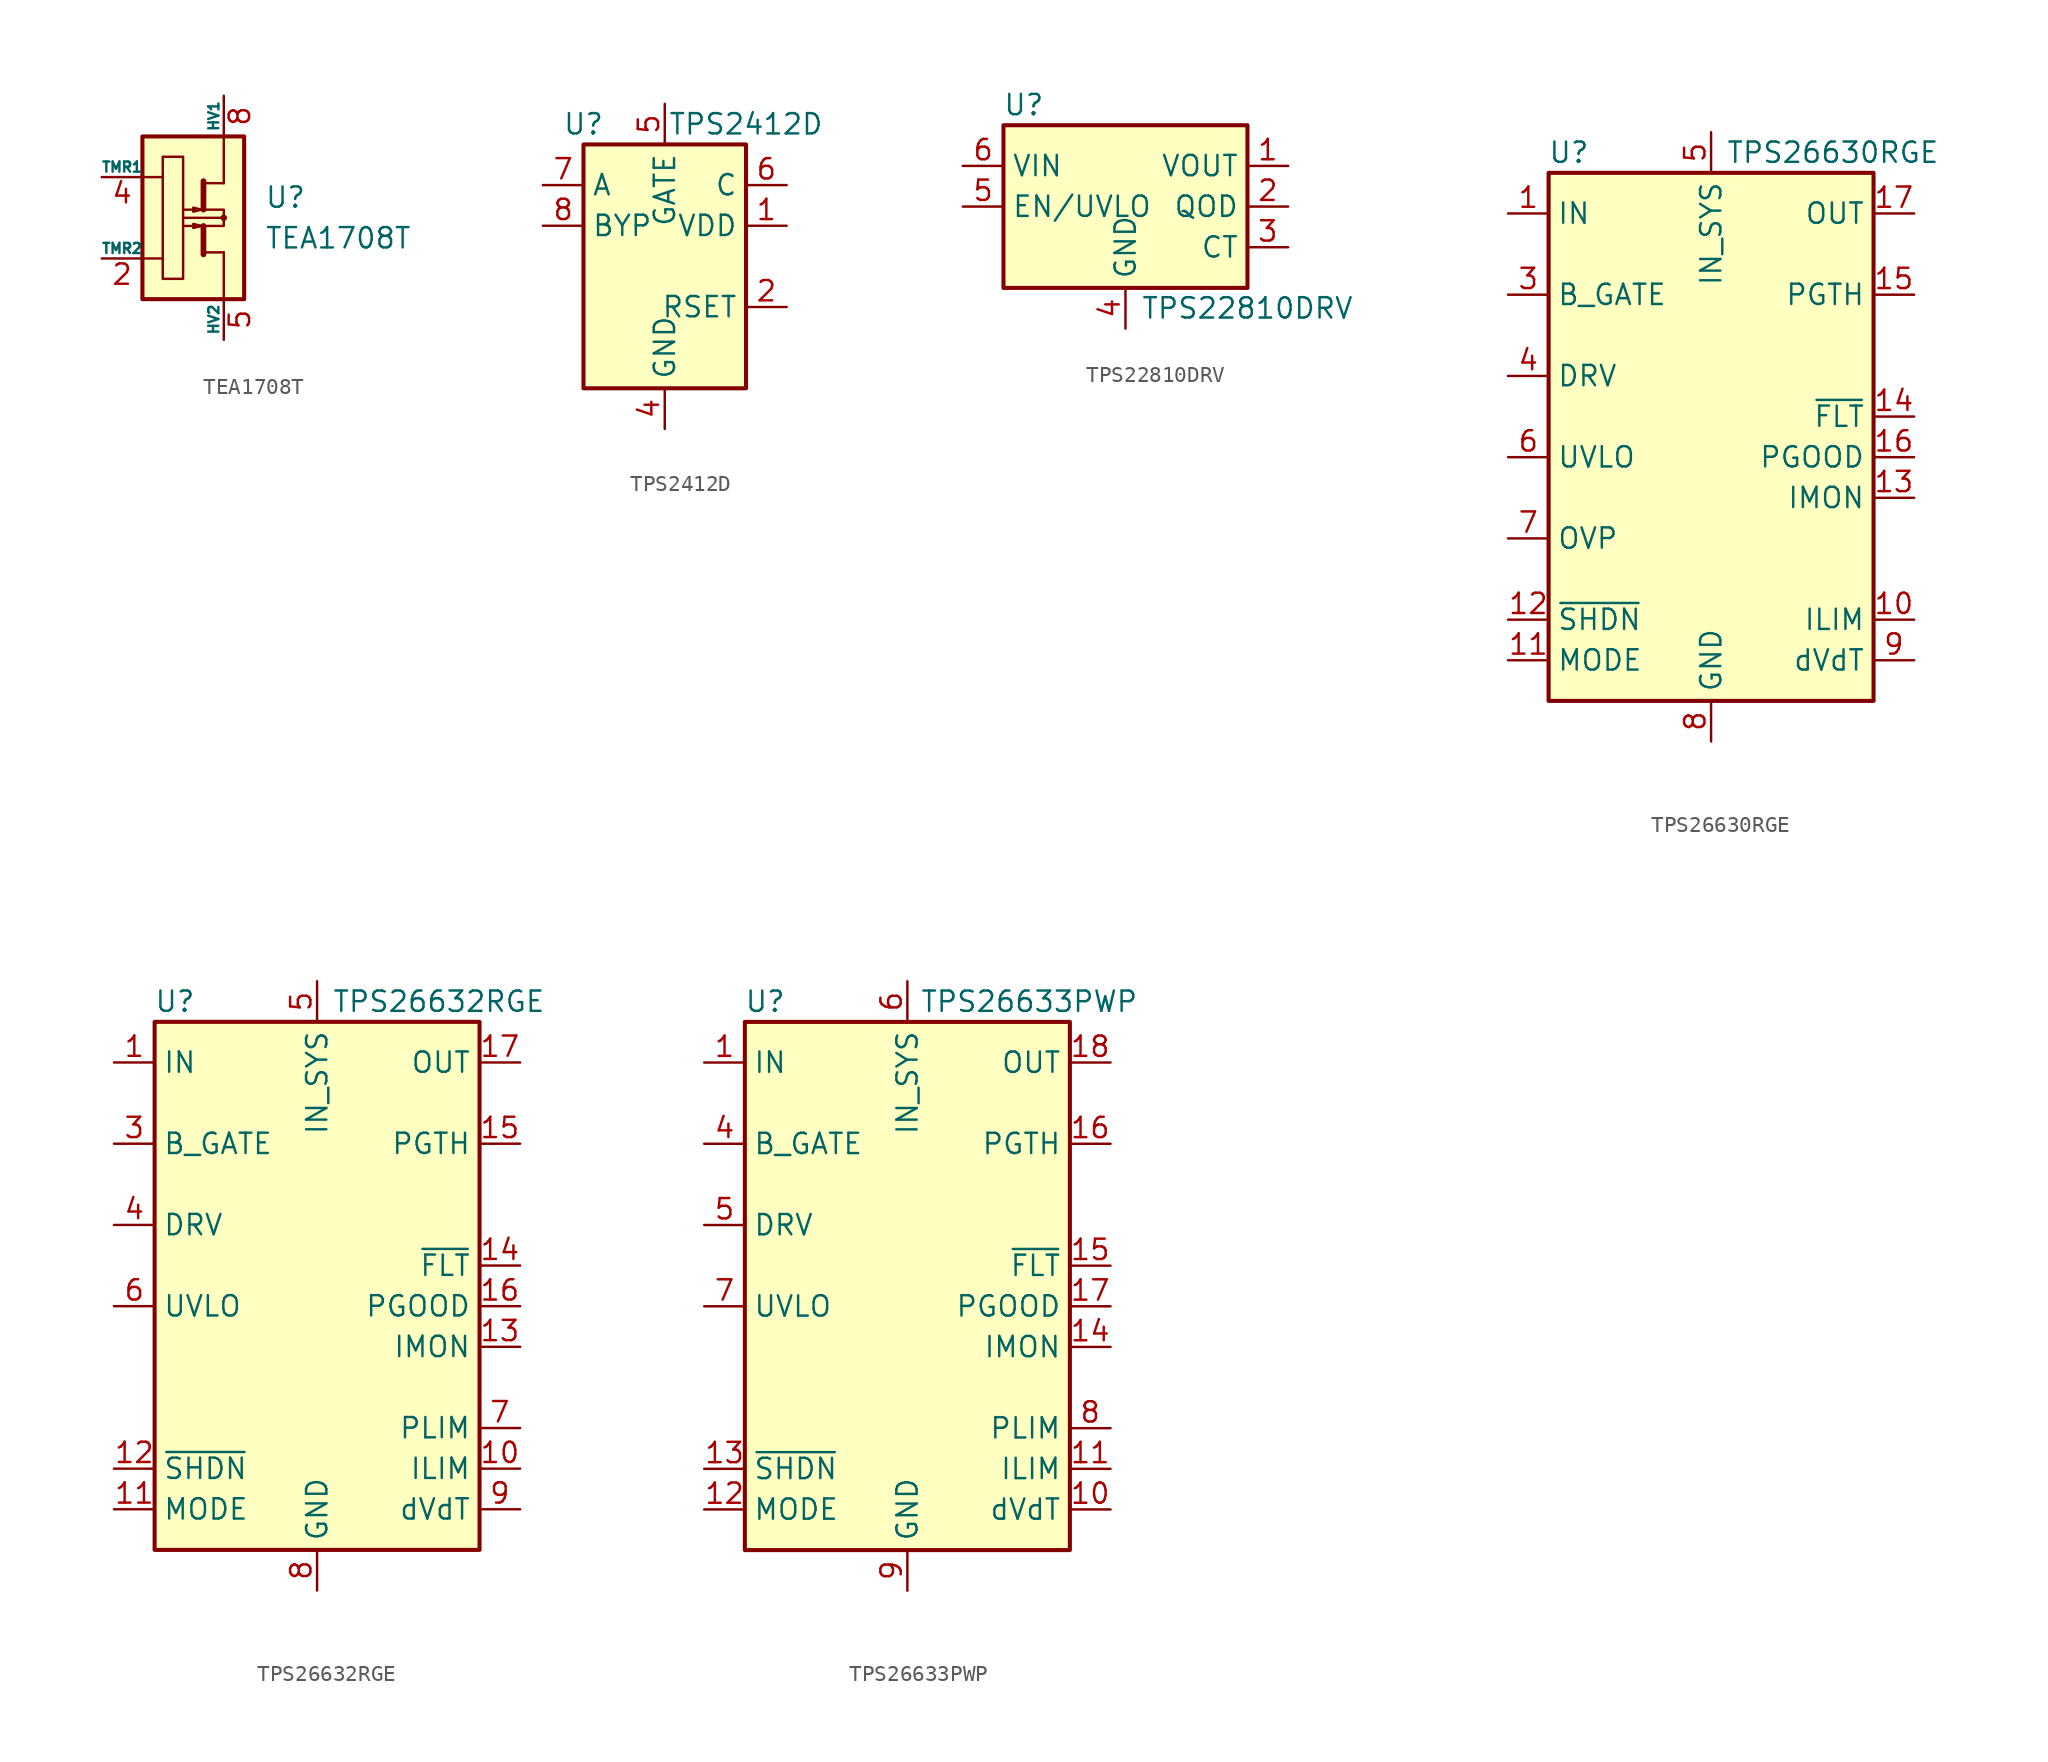
<source format=kicad_sym>
(kicad_symbol_lib
  (version 20201005)
  (generator kicad_symbol_editor)
  (symbol "TEA1708T"
    (pin_names
      (offset 0))
    (property "Reference" "U"
      (at 5.08 1.27 0)
      (effects (font (size 1.27 1.27)) (justify left)))
    (property "Value" "TEA1708T"
      (at 5.08 -1.27 0)
      (effects (font (size 1.27 1.27)) (justify left)))
    (symbol "TEA1708T_0_1"
      (circle (center 2.54 0) (radius 0.127) (stroke (width 0)) (fill (type none)))
      (rectangle (start -1.27 3.81) (end 0 -3.81) (stroke (width 0)) (fill (type none)))
      (rectangle (start -2.54 5.08) (end 3.81 -5.08) (stroke (width 0.254)) (fill (type background)))
      (polyline (pts (xy -2.54 2.54) (xy -1.27 2.54)) (stroke (width 0)) (fill (type none)))
      (polyline (pts (xy -1.27 -2.54) (xy -2.54 -2.54)) (stroke (width 0)) (fill (type none)))
      (polyline (pts (xy 1.27 -2.159) (xy 2.54 -2.159)) (stroke (width 0)) (fill (type none)))
      (polyline (pts (xy 1.27 2.159) (xy 2.54 2.159)) (stroke (width 0)) (fill (type none)))
      (polyline (pts (xy 2.413 0) (xy 0 0)) (stroke (width 0)) (fill (type none)))
      (polyline (pts (xy 2.54 2.159) (xy 2.54 5.08)) (stroke (width 0)) (fill (type none)))
      (polyline (pts (xy 1.27 -0.508) (xy 1.27 -2.286) (xy 1.27 -2.286)) (stroke (width 0.356)) (fill (type none)))
      (polyline (pts (xy 1.27 2.286) (xy 1.27 0.508) (xy 1.27 2.032)) (stroke (width 0.356)) (fill (type none)))
      (polyline (pts (xy 2.54 -2.159) (xy 2.54 -5.08) (xy 2.54 -3.175)) (stroke (width 0)) (fill (type none)))
      (polyline (pts (xy 0 0.508) (xy 2.54 0.508) (xy 2.54 -0.508) (xy 0 -0.508)) (stroke (width 0)) (fill (type none))))
    (symbol "TEA1708T_1_1"
      (polyline (pts (xy 1.143 -0.508) (xy 0.635 -0.635) (xy 0.635 -0.381) (xy 1.143 -0.508)) (stroke (width 0)) (fill (type none)))
      (polyline (pts (xy 1.143 0.508) (xy 0.635 0.381) (xy 0.635 0.635) (xy 1.143 0.508)) (stroke (width 0)) (fill (type none)))
      (pin no_connect line (at -2.54 5.08 0) (length 2.54) hide (name "NC" (effects (font (size 1.27 1.27)))) (number "1" (effects (font (size 1.27 1.27)))))
      (pin passive line (at -5.08 -2.54 0) (length 2.54) (name "TMR2" (effects (font (size 0.635 0.635)))) (number "2" (effects (font (size 1.27 1.27)))))
      (pin no_connect line (at -2.54 2.54 0) (length 2.54) hide (name "NC" (effects (font (size 1.27 1.27)))) (number "3" (effects (font (size 1.27 1.27)))))
      (pin passive line (at -5.08 2.54 0) (length 2.54) (name "TMR1" (effects (font (size 0.635 0.635)))) (number "4" (effects (font (size 1.27 1.27)))))
      (pin passive line (at 2.54 -7.62 90) (length 2.54) (name "HV2" (effects (font (size 0.635 0.635)))) (number "5" (effects (font (size 1.27 1.27)))))
      (pin no_connect line (at -2.54 -2.54 0) (length 2.54) hide (name "NC" (effects (font (size 1.27 1.27)))) (number "6" (effects (font (size 1.27 1.27)))))
      (pin no_connect line (at -2.54 -5.08 0) (length 2.54) hide (name "NC" (effects (font (size 1.27 1.27)))) (number "7" (effects (font (size 1.27 1.27)))))
      (pin passive line (at 2.54 7.62 270) (length 2.54) (name "HV1" (effects (font (size 0.635 0.635)))) (number "8" (effects (font (size 1.27 1.27)))))))
  (symbol "TPS2412D"
    (property "Reference" "U"
      (at -5.08 8.89 0)
      (effects (font (size 1.27 1.27))))
    (property "Value" "TPS2412D"
      (at 5.08 8.89 0)
      (effects (font (size 1.27 1.27))))
    (symbol "TPS2412D_0_1"
      (rectangle (start -5.08 7.62) (end 5.08 -7.62) (stroke (width 0.254)) (fill (type background))))
    (symbol "TPS2412D_1_1"
      (pin power_in line (at 7.62 2.54 180) (length 2.54) (name "VDD" (effects (font (size 1.27 1.27)))) (number "1" (effects (font (size 1.27 1.27)))))
      (pin passive line (at 7.62 -2.54 180) (length 2.54) (name "RSET" (effects (font (size 1.27 1.27)))) (number "2" (effects (font (size 1.27 1.27)))))
      (pin passive line (at 0 -10.16 90) (length 2.54) hide (name "GND" (effects (font (size 1.27 1.27)))) (number "3" (effects (font (size 1.27 1.27)))))
      (pin power_in line (at 0 -10.16 90) (length 2.54) (name "GND" (effects (font (size 1.27 1.27)))) (number "4" (effects (font (size 1.27 1.27)))))
      (pin output line (at 0 10.16 270) (length 2.54) (name "GATE" (effects (font (size 1.27 1.27)))) (number "5" (effects (font (size 1.27 1.27)))))
      (pin input line (at 7.62 5.08 180) (length 2.54) (name "C" (effects (font (size 1.27 1.27)))) (number "6" (effects (font (size 1.27 1.27)))))
      (pin input line (at -7.62 5.08 0) (length 2.54) (name "A" (effects (font (size 1.27 1.27)))) (number "7" (effects (font (size 1.27 1.27)))))
      (pin passive line (at -7.62 2.54 0) (length 2.54) (name "BYP" (effects (font (size 1.27 1.27)))) (number "8" (effects (font (size 1.27 1.27)))))))
  (symbol "TPS22810DRV"
    (property "Reference" "U"
      (at -6.35 6.35 0)
      (effects (font (size 1.27 1.27))))
    (property "Value" "TPS22810DRV"
      (at 7.62 -6.35 0)
      (effects (font (size 1.27 1.27))))
    (symbol "TPS22810DRV_1_1"
      (rectangle (start -7.62 5.08) (end 7.62 -5.08) (stroke (width 0.254)) (fill (type background)))
      (pin power_out line (at 10.16 2.54 180) (length 2.54) (name "VOUT" (effects (font (size 1.27 1.27)))) (number "1" (effects (font (size 1.27 1.27)))))
      (pin open_collector line (at 10.16 0 180) (length 2.54) (name "QOD" (effects (font (size 1.27 1.27)))) (number "2" (effects (font (size 1.27 1.27)))))
      (pin output line (at 10.16 -2.54 180) (length 2.54) (name "CT" (effects (font (size 1.27 1.27)))) (number "3" (effects (font (size 1.27 1.27)))))
      (pin power_in line (at 0 -7.62 90) (length 2.54) (name "GND" (effects (font (size 1.27 1.27)))) (number "4" (effects (font (size 1.27 1.27)))))
      (pin input line (at -10.16 0 0) (length 2.54) (name "EN/UVLO" (effects (font (size 1.27 1.27)))) (number "5" (effects (font (size 1.27 1.27)))))
      (pin power_in line (at -10.16 2.54 0) (length 2.54) (name "VIN" (effects (font (size 1.27 1.27)))) (number "6" (effects (font (size 1.27 1.27)))))
      (pin passive line (at 0 -7.62 90) (length 2.54) hide (name "GND" (effects (font (size 1.27 1.27)))) (number "7" (effects (font (size 1.27 1.27)))))))
  (symbol "TPS26630RGE"
    (property "Reference" "U"
      (at -8.89 16.51 0)
      (effects (font (size 1.27 1.27))))
    (property "Value" "TPS26630RGE"
      (at 7.62 16.51 0)
      (effects (font (size 1.27 1.27))))
    (symbol "TPS26630RGE_0_1"
      (rectangle (start -10.16 15.24) (end 10.16 -17.78) (stroke (width 0.254)) (fill (type background))))
    (symbol "TPS26630RGE_1_1"
      (pin power_in line (at -12.7 12.7 0) (length 2.54) (name "IN" (effects (font (size 1.27 1.27)))) (number "1" (effects (font (size 1.27 1.27)))))
      (pin passive line (at 12.7 -12.7 180) (length 2.54) (name "ILIM" (effects (font (size 1.27 1.27)))) (number "10" (effects (font (size 1.27 1.27)))))
      (pin input line (at -12.7 -15.24 0) (length 2.54) (name "MODE" (effects (font (size 1.27 1.27)))) (number "11" (effects (font (size 1.27 1.27)))))
      (pin input line (at -12.7 -12.7 0) (length 2.54) (name "~SHDN" (effects (font (size 1.27 1.27)))) (number "12" (effects (font (size 1.27 1.27)))))
      (pin output line (at 12.7 -5.08 180) (length 2.54) (name "IMON" (effects (font (size 1.27 1.27)))) (number "13" (effects (font (size 1.27 1.27)))))
      (pin open_collector line (at 12.7 0 180) (length 2.54) (name "~FLT" (effects (font (size 1.27 1.27)))) (number "14" (effects (font (size 1.27 1.27)))))
      (pin input line (at 12.7 7.62 180) (length 2.54) (name "PGTH" (effects (font (size 1.27 1.27)))) (number "15" (effects (font (size 1.27 1.27)))))
      (pin output line (at 12.7 -2.54 180) (length 2.54) (name "PGOOD" (effects (font (size 1.27 1.27)))) (number "16" (effects (font (size 1.27 1.27)))))
      (pin power_out line (at 12.7 12.7 180) (length 2.54) (name "OUT" (effects (font (size 1.27 1.27)))) (number "17" (effects (font (size 1.27 1.27)))))
      (pin passive line (at 12.7 12.7 180) (length 2.54) hide (name "OUT" (effects (font (size 1.27 1.27)))) (number "18" (effects (font (size 1.27 1.27)))))
      (pin no_connect line (at -10.16 10.16 0) (length 2.54) hide (name "NC" (effects (font (size 1.27 1.27)))) (number "19" (effects (font (size 1.27 1.27)))))
      (pin passive line (at -12.7 12.7 0) (length 2.54) hide (name "IN" (effects (font (size 1.27 1.27)))) (number "2" (effects (font (size 1.27 1.27)))))
      (pin no_connect line (at -10.16 5.08 0) (length 2.54) hide (name "NC" (effects (font (size 1.27 1.27)))) (number "20" (effects (font (size 1.27 1.27)))))
      (pin no_connect line (at -10.16 0 0) (length 2.54) hide (name "NC" (effects (font (size 1.27 1.27)))) (number "21" (effects (font (size 1.27 1.27)))))
      (pin no_connect line (at 10.16 10.16 180) (length 2.54) hide (name "NC" (effects (font (size 1.27 1.27)))) (number "22" (effects (font (size 1.27 1.27)))))
      (pin no_connect line (at 10.16 5.08 180) (length 2.54) hide (name "NC" (effects (font (size 1.27 1.27)))) (number "23" (effects (font (size 1.27 1.27)))))
      (pin no_connect line (at 10.16 2.54 180) (length 2.54) hide (name "NC" (effects (font (size 1.27 1.27)))) (number "24" (effects (font (size 1.27 1.27)))))
      (pin passive line (at 0 -20.32 90) (length 2.54) hide (name "GND" (effects (font (size 1.27 1.27)))) (number "25" (effects (font (size 1.27 1.27)))))
      (pin output line (at -12.7 7.62 0) (length 2.54) (name "B_GATE" (effects (font (size 1.27 1.27)))) (number "3" (effects (font (size 1.27 1.27)))))
      (pin output line (at -12.7 2.54 0) (length 2.54) (name "DRV" (effects (font (size 1.27 1.27)))) (number "4" (effects (font (size 1.27 1.27)))))
      (pin power_in line (at 0 17.78 270) (length 2.54) (name "IN_SYS" (effects (font (size 1.27 1.27)))) (number "5" (effects (font (size 1.27 1.27)))))
      (pin input line (at -12.7 -2.54 0) (length 2.54) (name "UVLO" (effects (font (size 1.27 1.27)))) (number "6" (effects (font (size 1.27 1.27)))))
      (pin input line (at -12.7 -7.62 0) (length 2.54) (name "OVP" (effects (font (size 1.27 1.27)))) (number "7" (effects (font (size 1.27 1.27)))))
      (pin power_in line (at 0 -20.32 90) (length 2.54) (name "GND" (effects (font (size 1.27 1.27)))) (number "8" (effects (font (size 1.27 1.27)))))
      (pin passive line (at 12.7 -15.24 180) (length 2.54) (name "dVdT" (effects (font (size 1.27 1.27)))) (number "9" (effects (font (size 1.27 1.27)))))))
  (symbol "TPS26632RGE"
    (property "Reference" "U"
      (at -8.89 16.51 0)
      (effects (font (size 1.27 1.27))))
    (property "Value" "TPS26632RGE"
      (at 7.62 16.51 0)
      (effects (font (size 1.27 1.27))))
    (symbol "TPS26632RGE_0_1"
      (rectangle (start -10.16 15.24) (end 10.16 -17.78) (stroke (width 0.254)) (fill (type background))))
    (symbol "TPS26632RGE_1_1"
      (pin power_in line (at -12.7 12.7 0) (length 2.54) (name "IN" (effects (font (size 1.27 1.27)))) (number "1" (effects (font (size 1.27 1.27)))))
      (pin passive line (at 12.7 -12.7 180) (length 2.54) (name "ILIM" (effects (font (size 1.27 1.27)))) (number "10" (effects (font (size 1.27 1.27)))))
      (pin input line (at -12.7 -15.24 0) (length 2.54) (name "MODE" (effects (font (size 1.27 1.27)))) (number "11" (effects (font (size 1.27 1.27)))))
      (pin input line (at -12.7 -12.7 0) (length 2.54) (name "~SHDN" (effects (font (size 1.27 1.27)))) (number "12" (effects (font (size 1.27 1.27)))))
      (pin output line (at 12.7 -5.08 180) (length 2.54) (name "IMON" (effects (font (size 1.27 1.27)))) (number "13" (effects (font (size 1.27 1.27)))))
      (pin open_collector line (at 12.7 0 180) (length 2.54) (name "~FLT" (effects (font (size 1.27 1.27)))) (number "14" (effects (font (size 1.27 1.27)))))
      (pin input line (at 12.7 7.62 180) (length 2.54) (name "PGTH" (effects (font (size 1.27 1.27)))) (number "15" (effects (font (size 1.27 1.27)))))
      (pin output line (at 12.7 -2.54 180) (length 2.54) (name "PGOOD" (effects (font (size 1.27 1.27)))) (number "16" (effects (font (size 1.27 1.27)))))
      (pin power_out line (at 12.7 12.7 180) (length 2.54) (name "OUT" (effects (font (size 1.27 1.27)))) (number "17" (effects (font (size 1.27 1.27)))))
      (pin passive line (at 12.7 12.7 180) (length 2.54) hide (name "OUT" (effects (font (size 1.27 1.27)))) (number "18" (effects (font (size 1.27 1.27)))))
      (pin no_connect line (at -10.16 10.16 0) (length 2.54) hide (name "NC" (effects (font (size 1.27 1.27)))) (number "19" (effects (font (size 1.27 1.27)))))
      (pin passive line (at -12.7 12.7 0) (length 2.54) hide (name "IN" (effects (font (size 1.27 1.27)))) (number "2" (effects (font (size 1.27 1.27)))))
      (pin no_connect line (at -10.16 5.08 0) (length 2.54) hide (name "NC" (effects (font (size 1.27 1.27)))) (number "20" (effects (font (size 1.27 1.27)))))
      (pin no_connect line (at -10.16 0 0) (length 2.54) hide (name "NC" (effects (font (size 1.27 1.27)))) (number "21" (effects (font (size 1.27 1.27)))))
      (pin no_connect line (at 10.16 10.16 180) (length 2.54) hide (name "NC" (effects (font (size 1.27 1.27)))) (number "22" (effects (font (size 1.27 1.27)))))
      (pin no_connect line (at 10.16 5.08 180) (length 2.54) hide (name "NC" (effects (font (size 1.27 1.27)))) (number "23" (effects (font (size 1.27 1.27)))))
      (pin no_connect line (at 10.16 2.54 180) (length 2.54) hide (name "NC" (effects (font (size 1.27 1.27)))) (number "24" (effects (font (size 1.27 1.27)))))
      (pin passive line (at 0 -20.32 90) (length 2.54) hide (name "GND" (effects (font (size 1.27 1.27)))) (number "25" (effects (font (size 1.27 1.27)))))
      (pin output line (at -12.7 7.62 0) (length 2.54) (name "B_GATE" (effects (font (size 1.27 1.27)))) (number "3" (effects (font (size 1.27 1.27)))))
      (pin output line (at -12.7 2.54 0) (length 2.54) (name "DRV" (effects (font (size 1.27 1.27)))) (number "4" (effects (font (size 1.27 1.27)))))
      (pin power_in line (at 0 17.78 270) (length 2.54) (name "IN_SYS" (effects (font (size 1.27 1.27)))) (number "5" (effects (font (size 1.27 1.27)))))
      (pin input line (at -12.7 -2.54 0) (length 2.54) (name "UVLO" (effects (font (size 1.27 1.27)))) (number "6" (effects (font (size 1.27 1.27)))))
      (pin passive line (at 12.7 -10.16 180) (length 2.54) (name "PLIM" (effects (font (size 1.27 1.27)))) (number "7" (effects (font (size 1.27 1.27)))))
      (pin power_in line (at 0 -20.32 90) (length 2.54) (name "GND" (effects (font (size 1.27 1.27)))) (number "8" (effects (font (size 1.27 1.27)))))
      (pin passive line (at 12.7 -15.24 180) (length 2.54) (name "dVdT" (effects (font (size 1.27 1.27)))) (number "9" (effects (font (size 1.27 1.27)))))))
  (symbol "TPS26633PWP"
    (property "Reference" "U"
      (at -8.89 16.51 0)
      (effects (font (size 1.27 1.27))))
    (property "Value" "TPS26633PWP"
      (at 7.62 16.51 0)
      (effects (font (size 1.27 1.27))))
    (symbol "TPS26633PWP_0_1"
      (rectangle (start -10.16 15.24) (end 10.16 -17.78) (stroke (width 0.254)) (fill (type background))))
    (symbol "TPS26633PWP_1_1"
      (pin power_in line (at -12.7 12.7 0) (length 2.54) (name "IN" (effects (font (size 1.27 1.27)))) (number "1" (effects (font (size 1.27 1.27)))))
      (pin passive line (at 12.7 -15.24 180) (length 2.54) (name "dVdT" (effects (font (size 1.27 1.27)))) (number "10" (effects (font (size 1.27 1.27)))))
      (pin passive line (at 12.7 -12.7 180) (length 2.54) (name "ILIM" (effects (font (size 1.27 1.27)))) (number "11" (effects (font (size 1.27 1.27)))))
      (pin input line (at -12.7 -15.24 0) (length 2.54) (name "MODE" (effects (font (size 1.27 1.27)))) (number "12" (effects (font (size 1.27 1.27)))))
      (pin input line (at -12.7 -12.7 0) (length 2.54) (name "~SHDN" (effects (font (size 1.27 1.27)))) (number "13" (effects (font (size 1.27 1.27)))))
      (pin output line (at 12.7 -5.08 180) (length 2.54) (name "IMON" (effects (font (size 1.27 1.27)))) (number "14" (effects (font (size 1.27 1.27)))))
      (pin open_collector line (at 12.7 0 180) (length 2.54) (name "~FLT" (effects (font (size 1.27 1.27)))) (number "15" (effects (font (size 1.27 1.27)))))
      (pin input line (at 12.7 7.62 180) (length 2.54) (name "PGTH" (effects (font (size 1.27 1.27)))) (number "16" (effects (font (size 1.27 1.27)))))
      (pin output line (at 12.7 -2.54 180) (length 2.54) (name "PGOOD" (effects (font (size 1.27 1.27)))) (number "17" (effects (font (size 1.27 1.27)))))
      (pin power_out line (at 12.7 12.7 180) (length 2.54) (name "OUT" (effects (font (size 1.27 1.27)))) (number "18" (effects (font (size 1.27 1.27)))))
      (pin passive line (at 12.7 12.7 180) (length 2.54) hide (name "OUT" (effects (font (size 1.27 1.27)))) (number "19" (effects (font (size 1.27 1.27)))))
      (pin passive line (at -12.7 12.7 0) (length 2.54) hide (name "IN" (effects (font (size 1.27 1.27)))) (number "2" (effects (font (size 1.27 1.27)))))
      (pin passive line (at 12.7 12.7 180) (length 2.54) hide (name "OUT" (effects (font (size 1.27 1.27)))) (number "20" (effects (font (size 1.27 1.27)))))
      (pin passive line (at 0 -20.32 90) (length 2.54) hide (name "GND" (effects (font (size 1.27 1.27)))) (number "21" (effects (font (size 1.27 1.27)))))
      (pin passive line (at -12.7 12.7 0) (length 2.54) hide (name "IN" (effects (font (size 1.27 1.27)))) (number "3" (effects (font (size 1.27 1.27)))))
      (pin output line (at -12.7 7.62 0) (length 2.54) (name "B_GATE" (effects (font (size 1.27 1.27)))) (number "4" (effects (font (size 1.27 1.27)))))
      (pin output line (at -12.7 2.54 0) (length 2.54) (name "DRV" (effects (font (size 1.27 1.27)))) (number "5" (effects (font (size 1.27 1.27)))))
      (pin power_in line (at 0 17.78 270) (length 2.54) (name "IN_SYS" (effects (font (size 1.27 1.27)))) (number "6" (effects (font (size 1.27 1.27)))))
      (pin input line (at -12.7 -2.54 0) (length 2.54) (name "UVLO" (effects (font (size 1.27 1.27)))) (number "7" (effects (font (size 1.27 1.27)))))
      (pin passive line (at 12.7 -10.16 180) (length 2.54) (name "PLIM" (effects (font (size 1.27 1.27)))) (number "8" (effects (font (size 1.27 1.27)))))
      (pin power_in line (at 0 -20.32 90) (length 2.54) (name "GND" (effects (font (size 1.27 1.27)))) (number "9" (effects (font (size 1.27 1.27))))))))
</source>
